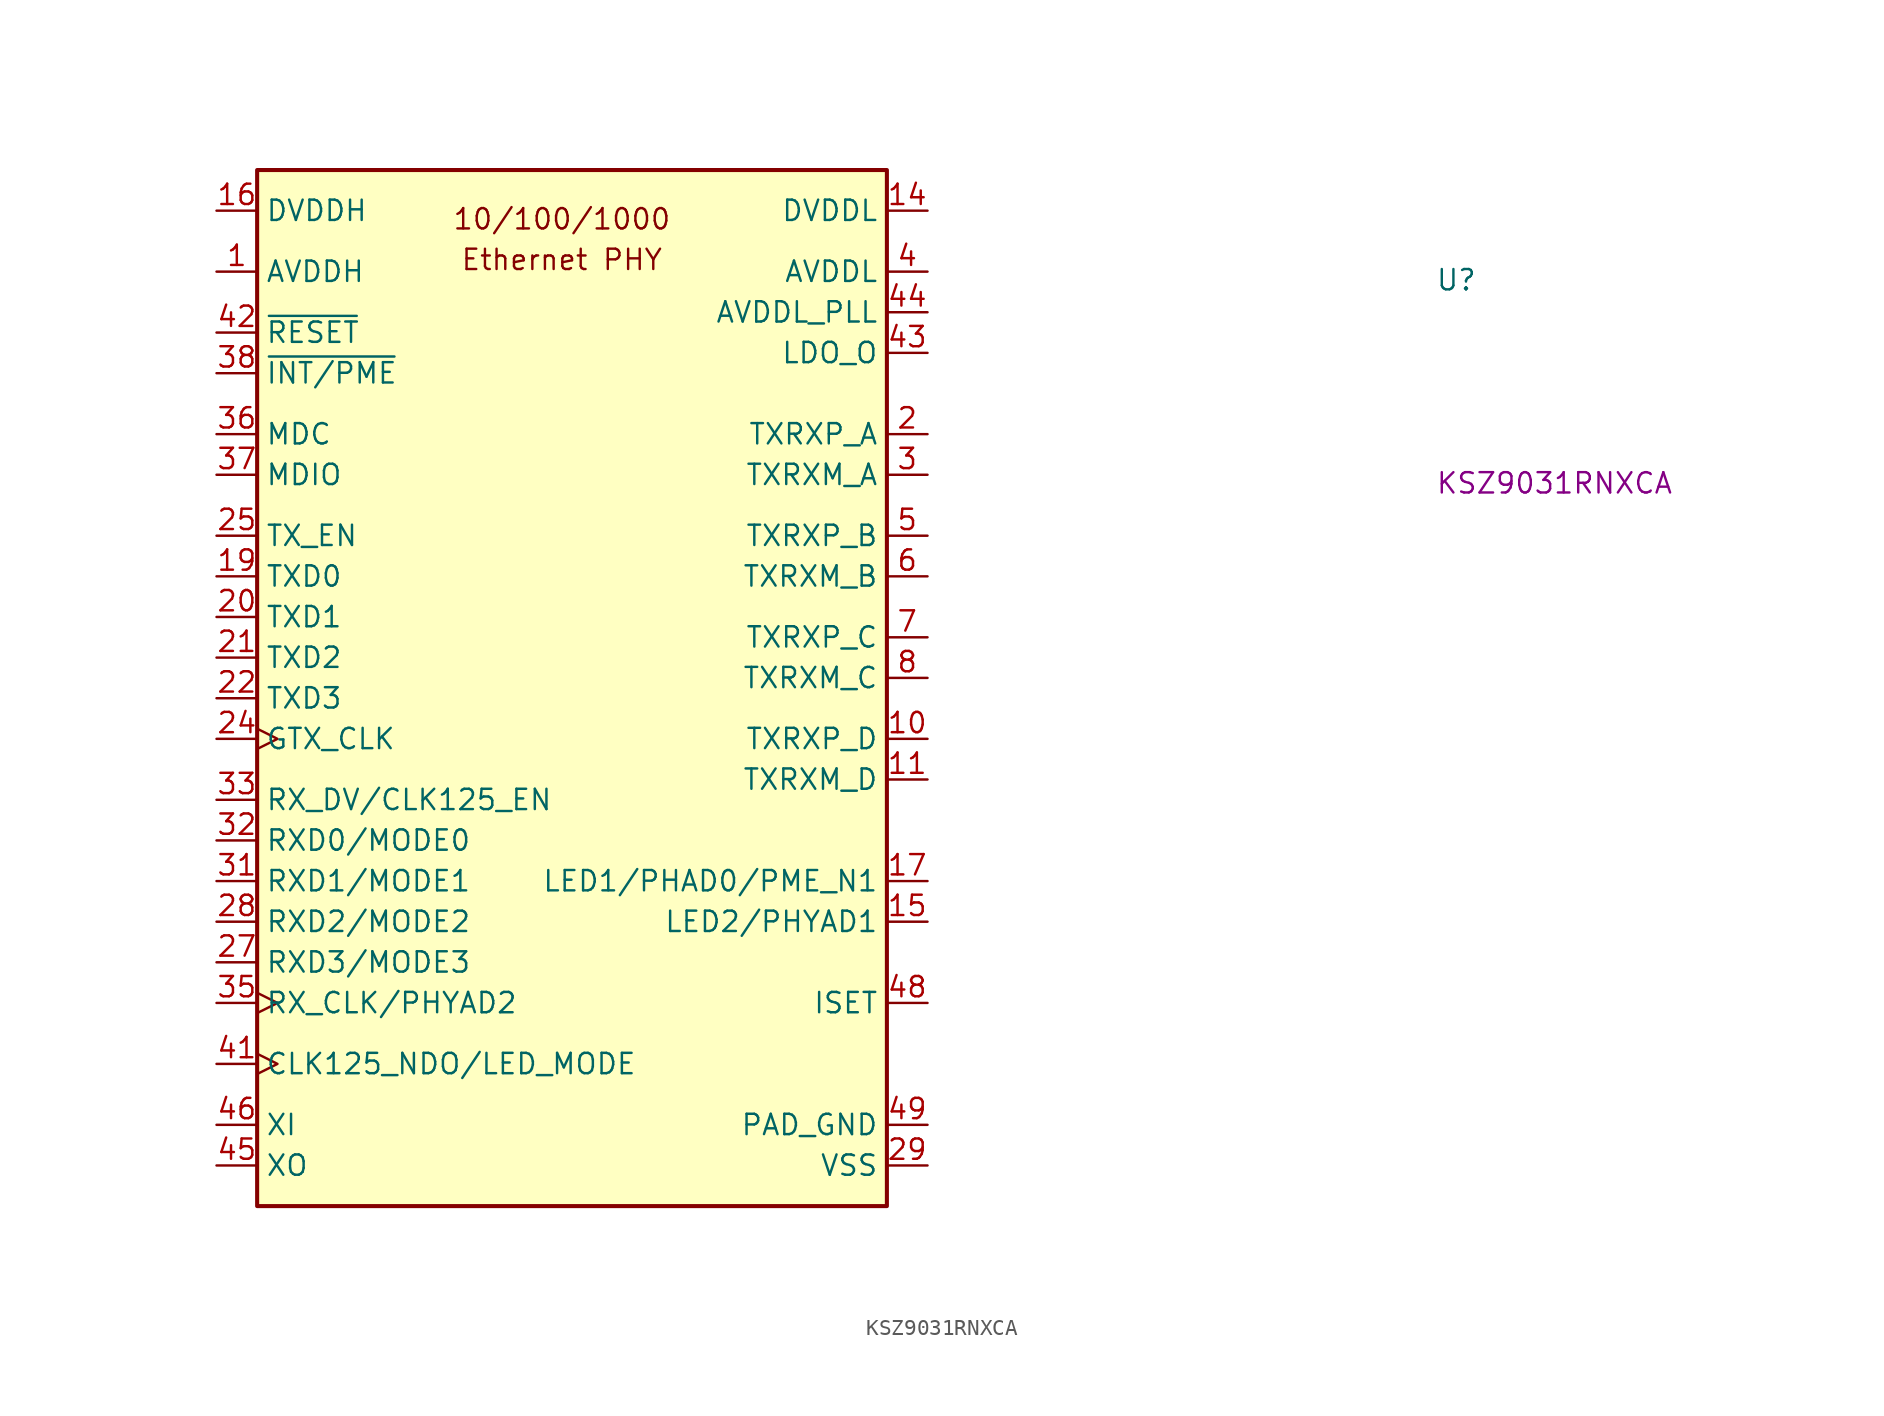
<source format=kicad_sym>
(kicad_symbol_lib
  (version 20220914)
  (generator kicad_symbol_editor)
  (symbol "KSZ9031RNXCA"
    (property "Reference" "U"
      (at 76.2 -5.08 0)
      (effects (font (size 1.27 1.27) (thickness 0.15)) (justify left bottom)))
    (property "MPN" "KSZ9031RNXCA"
      (at 76.2 -17.78 0)
      (effects (font (size 1.27 1.27) (thickness 0.15)) (justify left bottom)))
    (symbol "KSZ9031RNXCA_1_1"
      (rectangle (start 2.54 2.54) (end 41.91 -62.23) (stroke (width 0.254) (type default)) (fill (type background)))
      (text "10/100/1000" (at 21.59 -1.27 0) (effects (font (size 1.27 1.27) (thickness 0.15)) (justify bottom)))
      (text "Ethernet PHY" (at 21.59 -3.81 0) (effects (font (size 1.27 1.27) (thickness 0.15)) (justify bottom)))
      (pin power_in line (at 0 -3.81 0) (length 2.54) (name "AVDDH" (effects (font (size 1.27 1.27)))) (number "1" (effects (font (size 1.27 1.27)))))
      (pin bidirectional line (at 44.45 -33.02 180) (length 2.54) (name "TXRXP_D" (effects (font (size 1.27 1.27)))) (number "10" (effects (font (size 1.27 1.27)))))
      (pin bidirectional line (at 44.45 -35.56 180) (length 2.54) (name "TXRXM_D" (effects (font (size 1.27 1.27)))) (number "11" (effects (font (size 1.27 1.27)))))
      (pin passive line (at 0 -3.81 0) (length 2.54) hide (name "AVDDH" (effects (font (size 1.27 1.27)))) (number "12" (effects (font (size 1.27 1.27)))))
      (pin no_connect line (at 25.4 -62.23 90) (length 2.54) hide (name "NC" (effects (font (size 1.27 1.27)))) (number "13" (effects (font (size 1.27 1.27)))))
      (pin power_in line (at 44.45 0 180) (length 2.54) (name "DVDDL" (effects (font (size 1.27 1.27)))) (number "14" (effects (font (size 1.27 1.27)))))
      (pin bidirectional line (at 44.45 -44.45 180) (length 2.54) (name "LED2/PHYAD1" (effects (font (size 1.27 1.27)))) (number "15" (effects (font (size 1.27 1.27)))))
      (pin power_in line (at 0 0 0) (length 2.54) (name "DVDDH" (effects (font (size 1.27 1.27)))) (number "16" (effects (font (size 1.27 1.27)))))
      (pin bidirectional line (at 44.45 -41.91 180) (length 2.54) (name "LED1/PHAD0/PME_N1" (effects (font (size 1.27 1.27)))) (number "17" (effects (font (size 1.27 1.27)))))
      (pin passive line (at 44.45 0 180) (length 2.54) hide (name "DVDDL" (effects (font (size 1.27 1.27)))) (number "18" (effects (font (size 1.27 1.27)))))
      (pin input line (at 0 -22.86 0) (length 2.54) (name "TXD0" (effects (font (size 1.27 1.27)))) (number "19" (effects (font (size 1.27 1.27)))))
      (pin bidirectional line (at 44.45 -13.97 180) (length 2.54) (name "TXRXP_A" (effects (font (size 1.27 1.27)))) (number "2" (effects (font (size 1.27 1.27)))))
      (pin input line (at 0 -25.4 0) (length 2.54) (name "TXD1" (effects (font (size 1.27 1.27)))) (number "20" (effects (font (size 1.27 1.27)))))
      (pin input line (at 0 -27.94 0) (length 2.54) (name "TXD2" (effects (font (size 1.27 1.27)))) (number "21" (effects (font (size 1.27 1.27)))))
      (pin input line (at 0 -30.48 0) (length 2.54) (name "TXD3" (effects (font (size 1.27 1.27)))) (number "22" (effects (font (size 1.27 1.27)))))
      (pin passive line (at 44.45 0 180) (length 2.54) hide (name "DVDDL" (effects (font (size 1.27 1.27)))) (number "23" (effects (font (size 1.27 1.27)))))
      (pin input clock (at 0 -33.02 0) (length 2.54) (name "GTX_CLK" (effects (font (size 1.27 1.27)))) (number "24" (effects (font (size 1.27 1.27)))))
      (pin input line (at 0 -20.32 0) (length 2.54) (name "TX_EN" (effects (font (size 1.27 1.27)))) (number "25" (effects (font (size 1.27 1.27)))))
      (pin passive line (at 44.45 0 180) (length 2.54) hide (name "DVDDL" (effects (font (size 1.27 1.27)))) (number "26" (effects (font (size 1.27 1.27)))))
      (pin input line (at 0 -46.99 0) (length 2.54) (name "RXD3/MODE3" (effects (font (size 1.27 1.27)))) (number "27" (effects (font (size 1.27 1.27)))))
      (pin input line (at 0 -44.45 0) (length 2.54) (name "RXD2/MODE2" (effects (font (size 1.27 1.27)))) (number "28" (effects (font (size 1.27 1.27)))))
      (pin power_in line (at 44.45 -59.69 180) (length 2.54) (name "VSS" (effects (font (size 1.27 1.27)))) (number "29" (effects (font (size 1.27 1.27)))))
      (pin bidirectional line (at 44.45 -16.51 180) (length 2.54) (name "TXRXM_A" (effects (font (size 1.27 1.27)))) (number "3" (effects (font (size 1.27 1.27)))))
      (pin passive line (at 44.45 0 180) (length 2.54) hide (name "DVDDL" (effects (font (size 1.27 1.27)))) (number "30" (effects (font (size 1.27 1.27)))))
      (pin input line (at 0 -41.91 0) (length 2.54) (name "RXD1/MODE1" (effects (font (size 1.27 1.27)))) (number "31" (effects (font (size 1.27 1.27)))))
      (pin input line (at 0 -39.37 0) (length 2.54) (name "RXD0/MODE0" (effects (font (size 1.27 1.27)))) (number "32" (effects (font (size 1.27 1.27)))))
      (pin input line (at 0 -36.83 0) (length 2.54) (name "RX_DV/CLK125_EN" (effects (font (size 1.27 1.27)))) (number "33" (effects (font (size 1.27 1.27)))))
      (pin passive line (at 0 0 0) (length 2.54) hide (name "DVDDH" (effects (font (size 1.27 1.27)))) (number "34" (effects (font (size 1.27 1.27)))))
      (pin input clock (at 0 -49.53 0) (length 2.54) (name "RX_CLK/PHYAD2" (effects (font (size 1.27 1.27)))) (number "35" (effects (font (size 1.27 1.27)))))
      (pin input line (at 0 -13.97 0) (length 2.54) (name "MDC" (effects (font (size 1.27 1.27)))) (number "36" (effects (font (size 1.27 1.27)))))
      (pin input line (at 0 -16.51 0) (length 2.54) (name "MDIO" (effects (font (size 1.27 1.27)))) (number "37" (effects (font (size 1.27 1.27)))))
      (pin input line (at 0 -10.16 0) (length 2.54) (name "~{INT/PME}" (effects (font (size 1.27 1.27)))) (number "38" (effects (font (size 1.27 1.27)))))
      (pin passive line (at 44.45 0 180) (length 2.54) hide (name "DVDDL" (effects (font (size 1.27 1.27)))) (number "39" (effects (font (size 1.27 1.27)))))
      (pin power_in line (at 44.45 -3.81 180) (length 2.54) (name "AVDDL" (effects (font (size 1.27 1.27)))) (number "4" (effects (font (size 1.27 1.27)))))
      (pin passive line (at 0 0 0) (length 2.54) hide (name "DVDDH" (effects (font (size 1.27 1.27)))) (number "40" (effects (font (size 1.27 1.27)))))
      (pin input clock (at 0 -53.34 0) (length 2.54) (name "CLK125_NDO/LED_MODE" (effects (font (size 1.27 1.27)))) (number "41" (effects (font (size 1.27 1.27)))))
      (pin input line (at 0 -7.62 0) (length 2.54) (name "~{RESET}" (effects (font (size 1.27 1.27)))) (number "42" (effects (font (size 1.27 1.27)))))
      (pin input line (at 44.45 -8.89 180) (length 2.54) (name "LDO_O" (effects (font (size 1.27 1.27)))) (number "43" (effects (font (size 1.27 1.27)))))
      (pin power_in line (at 44.45 -6.35 180) (length 2.54) (name "AVDDL_PLL" (effects (font (size 1.27 1.27)))) (number "44" (effects (font (size 1.27 1.27)))))
      (pin input line (at 0 -59.69 0) (length 2.54) (name "XO" (effects (font (size 1.27 1.27)))) (number "45" (effects (font (size 1.27 1.27)))))
      (pin input line (at 0 -57.15 0) (length 2.54) (name "XI" (effects (font (size 1.27 1.27)))) (number "46" (effects (font (size 1.27 1.27)))))
      (pin no_connect line (at 28.575 -62.23 90) (length 2.54) hide (name "NC" (effects (font (size 1.27 1.27)))) (number "47" (effects (font (size 1.27 1.27)))))
      (pin output line (at 44.45 -49.53 180) (length 2.54) (name "ISET" (effects (font (size 1.27 1.27)))) (number "48" (effects (font (size 1.27 1.27)))))
      (pin power_in line (at 44.45 -57.15 180) (length 2.54) (name "PAD_GND" (effects (font (size 1.27 1.27)))) (number "49" (effects (font (size 1.27 1.27)))))
      (pin bidirectional line (at 44.45 -20.32 180) (length 2.54) (name "TXRXP_B" (effects (font (size 1.27 1.27)))) (number "5" (effects (font (size 1.27 1.27)))))
      (pin bidirectional line (at 44.45 -22.86 180) (length 2.54) (name "TXRXM_B" (effects (font (size 1.27 1.27)))) (number "6" (effects (font (size 1.27 1.27)))))
      (pin bidirectional line (at 44.45 -26.67 180) (length 2.54) (name "TXRXP_C" (effects (font (size 1.27 1.27)))) (number "7" (effects (font (size 1.27 1.27)))))
      (pin bidirectional line (at 44.45 -29.21 180) (length 2.54) (name "TXRXM_C" (effects (font (size 1.27 1.27)))) (number "8" (effects (font (size 1.27 1.27)))))
      (pin passive line (at 44.45 -3.81 180) (length 2.54) hide (name "AVDDL" (effects (font (size 1.27 1.27)))) (number "9" (effects (font (size 1.27 1.27))))))))
</source>
